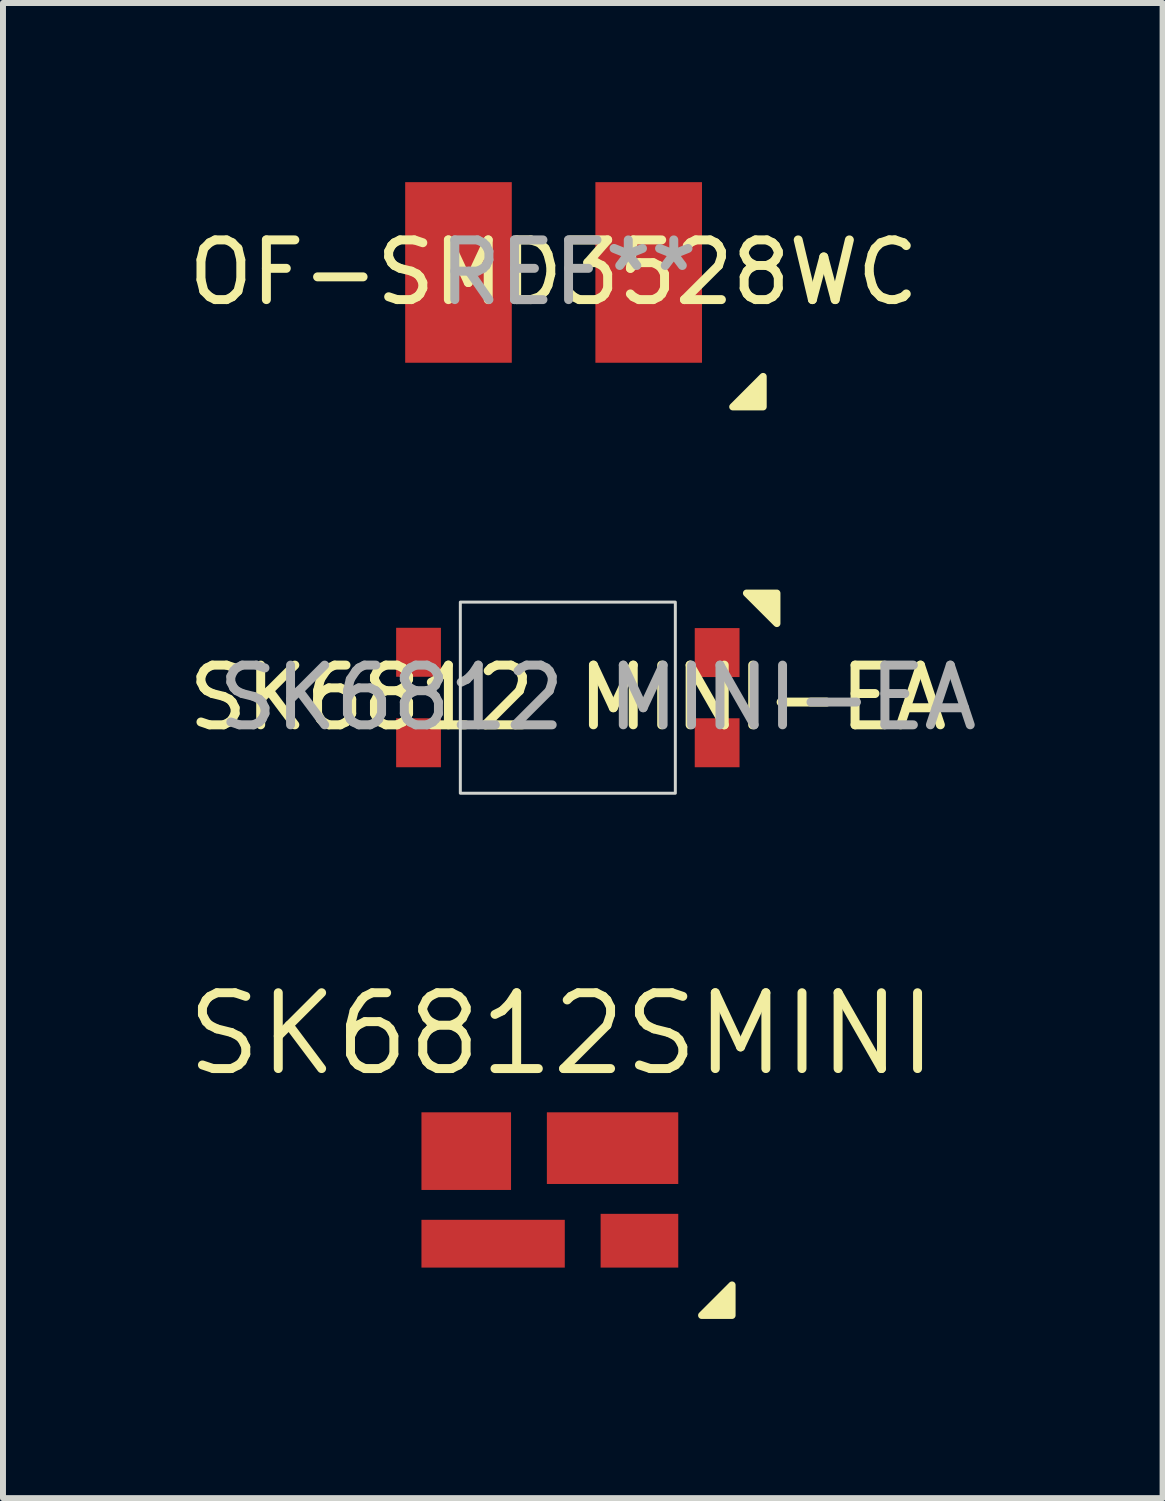
<source format=kicad_pcb>
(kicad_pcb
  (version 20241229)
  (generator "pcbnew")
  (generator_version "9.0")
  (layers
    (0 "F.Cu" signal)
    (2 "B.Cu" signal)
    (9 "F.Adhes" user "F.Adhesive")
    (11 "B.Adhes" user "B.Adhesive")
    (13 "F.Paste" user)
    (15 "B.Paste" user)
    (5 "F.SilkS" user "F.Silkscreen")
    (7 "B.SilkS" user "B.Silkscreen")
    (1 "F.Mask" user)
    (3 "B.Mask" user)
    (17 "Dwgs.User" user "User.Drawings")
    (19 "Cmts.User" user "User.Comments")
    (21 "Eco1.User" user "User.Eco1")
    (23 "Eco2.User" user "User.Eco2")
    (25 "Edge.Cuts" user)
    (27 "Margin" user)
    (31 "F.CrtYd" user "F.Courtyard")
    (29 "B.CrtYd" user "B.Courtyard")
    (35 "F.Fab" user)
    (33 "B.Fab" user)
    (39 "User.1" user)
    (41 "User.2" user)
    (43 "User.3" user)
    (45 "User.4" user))
  (footprint "SK6812 MINI-EA"
    (layer "F.Cu")
    (at 6.458 8.632)
    (property "Reference" "SK6812 MINI-EA" (at 0 0 0) (unlocked yes) (layer "F.SilkS") (effects (font (size 1 1) (thickness 0.15))))
    (attr smd)
    (fp_poly (pts (xy 3.5 -1.75) (xy 3.5 -1.242) (xy 2.992 -1.75)) (stroke (width 0.12) (type solid)) (fill yes) (layer "F.SilkS"))
    (fp_rect (start -1.8 -1.6) (end 1.8 1.6) (stroke (width 0.05) (type default)) (fill no) (layer "Edge.Cuts"))
    (fp_text user "${REFERENCE}" (at 0.5 0 0) (unlocked yes) (layer "F.Fab") (effects (font (size 1 1) (thickness 0.15))))
    (pad "1" smd rect (at 2.5 -0.755) (size 0.75 0.82) (layers "F.Cu" "F.Mask" "F.Paste"))
    (pad "2" smd rect (at 2.5 0.755) (size 0.75 0.82) (layers "F.Cu" "F.Mask" "F.Paste"))
    (pad "3" smd rect (at -2.5 0.755) (size 0.75 0.82) (layers "F.Cu" "F.Mask" "F.Paste"))
    (pad "4" smd rect (at -2.5 -0.76) (size 0.75 0.82) (layers "F.Cu" "F.Mask" "F.Paste")))
  (footprint "SK6812SMINI"
    (layer "F.Cu")
    (at 6.207 16.975)
    (property "Reference" "SK6812SMINI" (at 0.15 -2.712 0) (layer "F.SilkS") (effects (font (size 1.27 1.27) (thickness 0.15))))
    (fp_poly (pts (xy 3 2) (xy 2.492 2) (xy 3 1.492)) (stroke (width 0.12) (type solid)) (fill yes) (layer "F.SilkS"))
    (pad "1" smd rect (at 1.45 0.75) (size 1.3 0.9) (layers "F.Cu" "F.Mask" "F.Paste"))
    (pad "2" smd rect (at 1 -0.8) (size 2.2 1.2) (layers "F.Cu" "F.Mask" "F.Paste"))
    (pad "3" smd rect (at -1.45 -0.75) (size 1.5 1.3) (layers "F.Cu" "F.Mask" "F.Paste"))
    (pad "4" smd rect (at -1 0.8) (size 2.4 0.8) (layers "F.Cu" "F.Mask" "F.Paste"))
    (zone (net_name "") (layer "User.3") (hatch edge 0.5) (priority 100) (connect_pads yes) (min_thickness 0) (filled_areas_thickness no) (fill yes) (polygon (pts (xy 4.357 18.725) (xy 4.357 15.225) (xy 8.057 15.225) (xy 8.057 18.725))) (filled_polygon (layer "User.3") (island) (pts (xy 4.357 18.725) (xy 4.357 15.225) (xy 8.057 15.225) (xy 8.057 18.725)))))
  (footprint "OF-SMD3528WC"
    (layer "F.Cu")
    (at 6.22 1.512)
    (property "Reference" "OF-SMD3528WC" (at 0 0 0) (layer "F.SilkS") (effects (font (size 1 1) (thickness 0.15))))
    (attr through_hole)
    (fp_poly (pts (xy 3.508 2.25) (xy 3 2.25) (xy 3.508 1.742)) (stroke (width 0.12) (type solid)) (fill yes) (layer "F.SilkS"))
    (fp_text user "REF**" (at 0.25 0 0) (layer "F.Fab") (effects (font (size 1 1) (thickness 0.15))))
    (pad "1" smd rect (at 1.592 -0.000025 180) (size 1.785 3.024) (layers "F.Cu" "F.Mask" "F.Paste"))
    (pad "2" smd rect (at -1.593 -0.000025 180) (size 1.785 3.024) (layers "F.Cu" "F.Mask" "F.Paste")))
  (gr_rect
    (start -3 -3)
    (end 16.417 22.035)
    (stroke (width 0.1) (type default))
    (fill no)
    (layer "Edge.Cuts")))
</source>
